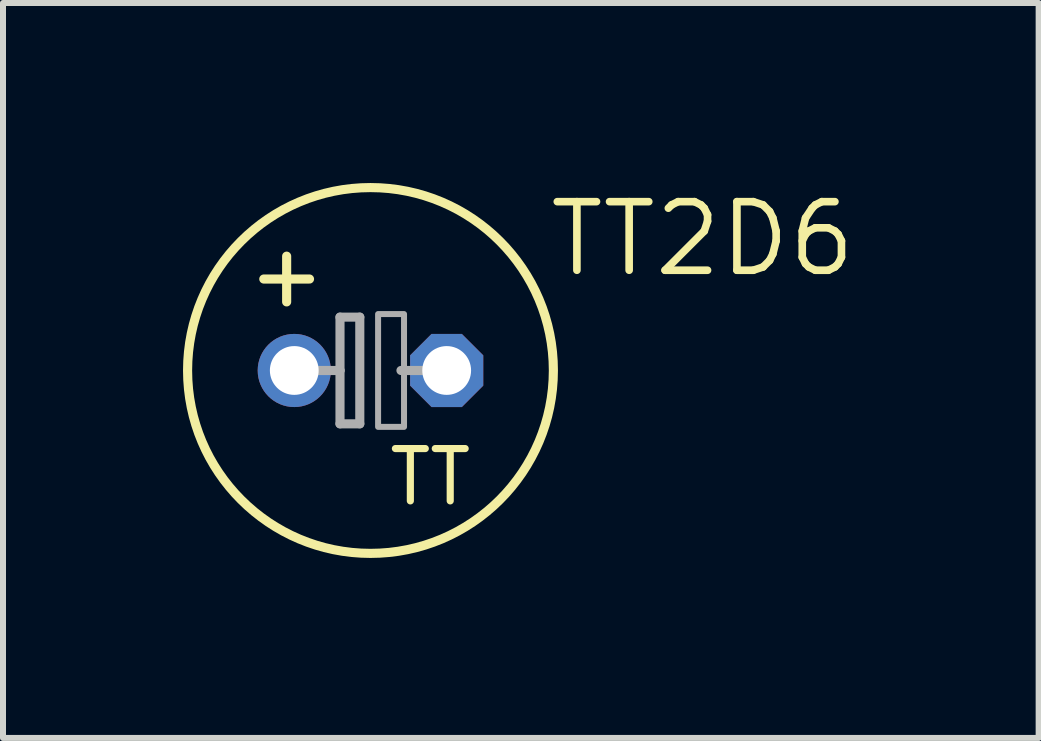
<source format=kicad_pcb>
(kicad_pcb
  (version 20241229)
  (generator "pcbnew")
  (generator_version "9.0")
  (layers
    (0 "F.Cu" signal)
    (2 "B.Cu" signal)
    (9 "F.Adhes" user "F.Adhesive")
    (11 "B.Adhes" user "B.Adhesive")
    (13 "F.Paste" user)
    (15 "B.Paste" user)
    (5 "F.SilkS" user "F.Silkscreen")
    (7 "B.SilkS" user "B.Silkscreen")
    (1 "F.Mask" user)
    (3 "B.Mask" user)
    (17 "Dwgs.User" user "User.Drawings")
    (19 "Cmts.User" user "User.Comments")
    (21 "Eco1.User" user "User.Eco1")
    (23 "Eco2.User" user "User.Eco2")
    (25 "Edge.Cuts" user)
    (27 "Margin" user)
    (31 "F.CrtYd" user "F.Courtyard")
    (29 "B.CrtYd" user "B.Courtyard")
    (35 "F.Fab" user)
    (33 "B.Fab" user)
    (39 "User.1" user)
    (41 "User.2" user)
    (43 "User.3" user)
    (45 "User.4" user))
  (footprint "TT2D6"
    (layer "F.Cu")
    (at 3.124 3.124)
    (property "Reference" "TT2D6" (at 2.921 -1.524 0) (layer "F.SilkS") (effects (font (size 1.143 1.143) (thickness 0.127)) (justify left bottom)))
    (fp_line (start -1.778 -1.524) (end -1.016 -1.524) (stroke (width 0.152) (type solid)) (layer "F.SilkS"))
    (fp_line (start -1.397 -1.143) (end -1.397 -1.905) (stroke (width 0.152) (type solid)) (layer "F.SilkS"))
    (fp_circle (center 0 0) (end 3.048 0) (stroke (width 0.152) (type solid)) (fill no) (layer "F.SilkS"))
    (fp_line (start -1.016 0) (end -0.508 0) (stroke (width 0.152) (type solid)) (layer "F.Fab"))
    (fp_line (start -0.508 -0.889) (end -0.508 0) (stroke (width 0.152) (type solid)) (layer "F.Fab"))
    (fp_line (start -0.508 0) (end -0.508 0.889) (stroke (width 0.152) (type solid)) (layer "F.Fab"))
    (fp_line (start -0.508 0.889) (end -0.178 0.889) (stroke (width 0.152) (type solid)) (layer "F.Fab"))
    (fp_line (start -0.178 -0.889) (end -0.508 -0.889) (stroke (width 0.152) (type solid)) (layer "F.Fab"))
    (fp_line (start -0.178 0.889) (end -0.178 -0.889) (stroke (width 0.152) (type solid)) (layer "F.Fab"))
    (fp_line (start 0.508 0) (end 1.016 0) (stroke (width 0.152) (type solid)) (layer "F.Fab"))
    (fp_poly (pts (xy 0.127 0.94) (xy 0.559 0.94) (xy 0.559 -0.94) (xy 0.127 -0.94)) (stroke (width 0.1) (type solid)) (fill no) (layer "F.Fab"))
    (fp_text user "TT" (at 0.254 2.286 0) (layer "F.SilkS") (effects (font (size 0.872 0.872) (thickness 0.119)) (justify left bottom)))
    (pad "+" thru_hole circle (at -1.27 0) (size 1.219 1.219) (drill 0.813) (layers "*.Cu" "*.Mask"))
    (pad "-" thru_hole roundrect (at 1.27 0) (size 1.219 1.219) (drill 0.813) (layers "*.Cu" "*.Mask") (roundrect_rratio 0.25) (chamfer_ratio 0.293) (chamfer top_left top_right bottom_left bottom_right)))
  (gr_rect
    (start -3 -3)
    (end 14.259 9.248)
    (stroke (width 0.1) (type default))
    (fill no)
    (layer "Edge.Cuts")))
</source>
